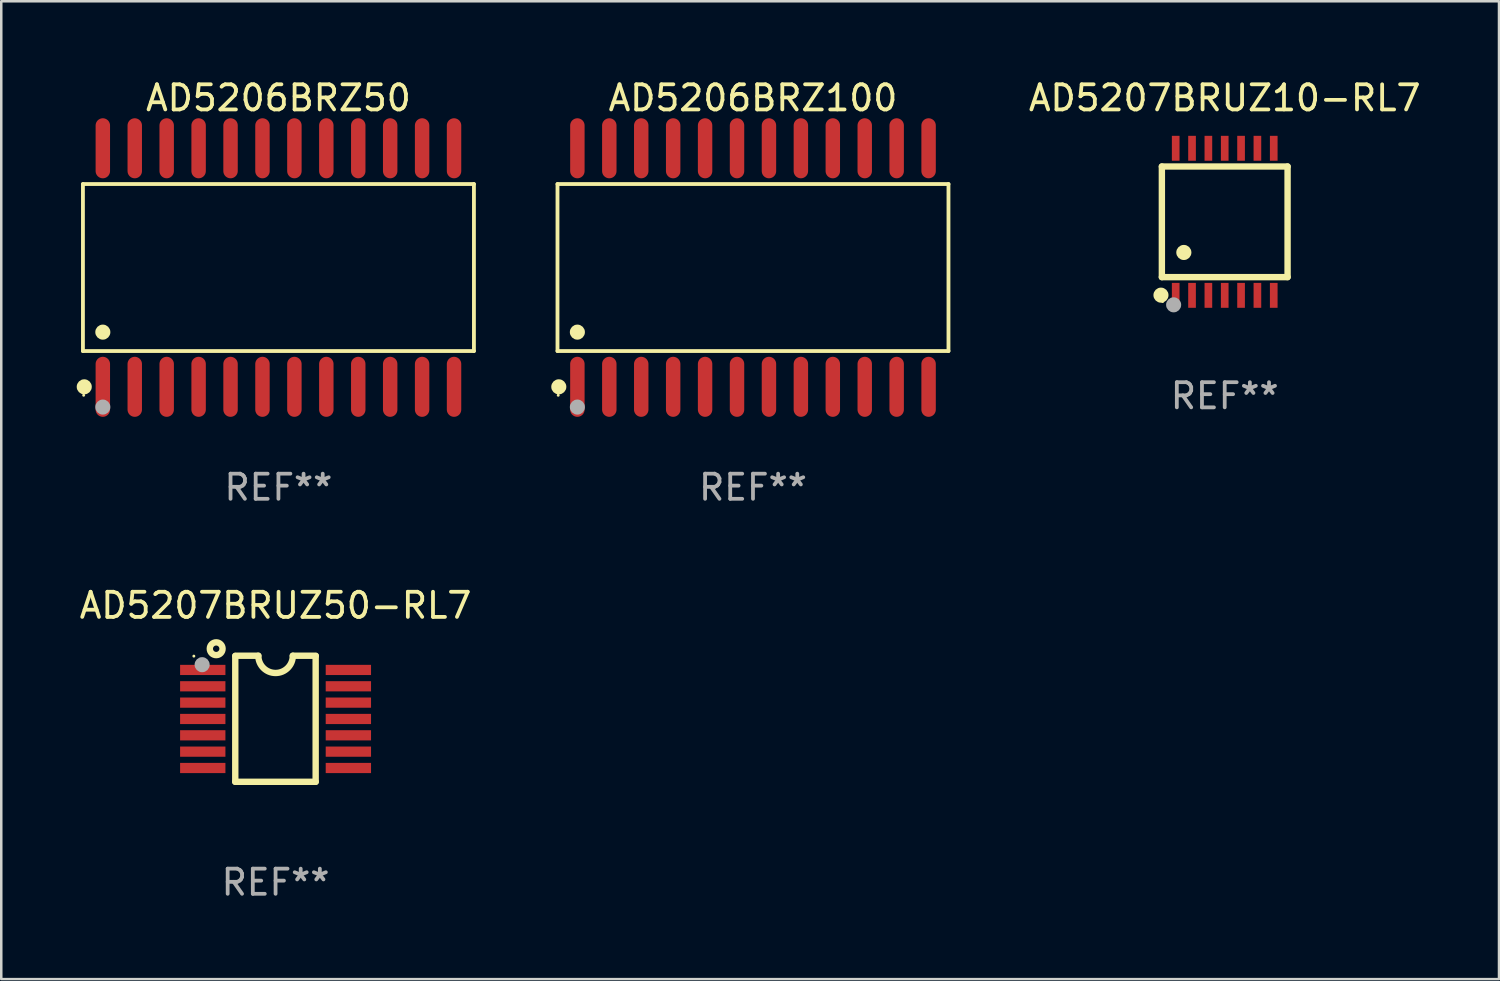
<source format=kicad_pcb>
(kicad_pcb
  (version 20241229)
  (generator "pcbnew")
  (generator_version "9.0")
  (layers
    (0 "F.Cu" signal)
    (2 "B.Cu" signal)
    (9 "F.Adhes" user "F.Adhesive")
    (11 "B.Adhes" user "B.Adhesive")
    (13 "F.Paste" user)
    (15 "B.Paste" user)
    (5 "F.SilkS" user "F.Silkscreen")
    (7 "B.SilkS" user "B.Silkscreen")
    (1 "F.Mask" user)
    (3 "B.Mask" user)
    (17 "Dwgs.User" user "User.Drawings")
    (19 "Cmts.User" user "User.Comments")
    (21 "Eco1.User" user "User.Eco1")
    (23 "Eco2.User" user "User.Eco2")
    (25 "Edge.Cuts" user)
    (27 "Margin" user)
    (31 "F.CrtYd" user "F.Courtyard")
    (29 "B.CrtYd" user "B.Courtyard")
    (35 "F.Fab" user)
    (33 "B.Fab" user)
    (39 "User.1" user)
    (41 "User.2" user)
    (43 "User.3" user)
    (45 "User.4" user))
  (footprint "AD5206BRZ100"
    (layer "F.Cu")
    (at 26.901 7.592)
    (property "Reference" "AD5206BRZ100" (at 0 -6.744 0) (layer "F.SilkS") (effects (font (size 1 1) (thickness 0.15))))
    (attr through_hole)
    (fp_line (start -7.776 -3.321) (end 7.776 -3.321) (stroke (width 0.152) (type solid)) (layer "F.SilkS"))
    (fp_line (start -7.776 3.321) (end -7.776 -3.321) (stroke (width 0.152) (type solid)) (layer "F.SilkS"))
    (fp_line (start 7.776 -3.321) (end 7.776 3.321) (stroke (width 0.152) (type solid)) (layer "F.SilkS"))
    (fp_line (start 7.776 3.321) (end -7.776 3.321) (stroke (width 0.152) (type solid)) (layer "F.SilkS"))
    (fp_circle (center -7.747 5.08) (end -7.717 5.08) (stroke (width 0.06) (type solid)) (fill no) (layer "F.SilkS"))
    (fp_circle (center -7.724 4.744) (end -7.574 4.744) (stroke (width 0.3) (type solid)) (fill no) (layer "F.SilkS"))
    (fp_circle (center -6.985 2.569) (end -6.835 2.569) (stroke (width 0.3) (type solid)) (fill no) (layer "F.SilkS"))
    (fp_circle (center -6.985 5.55) (end -6.835 5.55) (stroke (width 0.3) (type solid)) (fill no) (layer "F.Fab"))
    (fp_text user "REF**" (at 0 8.744 0) (layer "F.Fab") (effects (font (size 1 1) (thickness 0.15))))
    (pad "1" smd oval (at -6.985 4.744) (size 0.574 2.388) (layers "F.Cu" "F.Mask" "F.Paste"))
    (pad "2" smd oval (at -5.715 4.744) (size 0.574 2.388) (layers "F.Cu" "F.Mask" "F.Paste"))
    (pad "3" smd oval (at -4.445 4.744) (size 0.574 2.388) (layers "F.Cu" "F.Mask" "F.Paste"))
    (pad "4" smd oval (at -3.175 4.744) (size 0.574 2.388) (layers "F.Cu" "F.Mask" "F.Paste"))
    (pad "5" smd oval (at -1.905 4.744) (size 0.574 2.388) (layers "F.Cu" "F.Mask" "F.Paste"))
    (pad "6" smd oval (at -0.635 4.744) (size 0.574 2.388) (layers "F.Cu" "F.Mask" "F.Paste"))
    (pad "7" smd oval (at 0.635 4.744) (size 0.574 2.388) (layers "F.Cu" "F.Mask" "F.Paste"))
    (pad "8" smd oval (at 1.905 4.744) (size 0.574 2.388) (layers "F.Cu" "F.Mask" "F.Paste"))
    (pad "9" smd oval (at 3.175 4.744) (size 0.574 2.388) (layers "F.Cu" "F.Mask" "F.Paste"))
    (pad "10" smd oval (at 4.445 4.744) (size 0.574 2.388) (layers "F.Cu" "F.Mask" "F.Paste"))
    (pad "11" smd oval (at 5.715 4.744) (size 0.574 2.388) (layers "F.Cu" "F.Mask" "F.Paste"))
    (pad "12" smd oval (at 6.985 4.744) (size 0.574 2.388) (layers "F.Cu" "F.Mask" "F.Paste"))
    (pad "13" smd oval (at 6.985 -4.744) (size 0.574 2.388) (layers "F.Cu" "F.Mask" "F.Paste"))
    (pad "14" smd oval (at 5.715 -4.744) (size 0.574 2.388) (layers "F.Cu" "F.Mask" "F.Paste"))
    (pad "15" smd oval (at 4.445 -4.744) (size 0.574 2.388) (layers "F.Cu" "F.Mask" "F.Paste"))
    (pad "16" smd oval (at 3.175 -4.744) (size 0.574 2.388) (layers "F.Cu" "F.Mask" "F.Paste"))
    (pad "17" smd oval (at 1.905 -4.744) (size 0.574 2.388) (layers "F.Cu" "F.Mask" "F.Paste"))
    (pad "18" smd oval (at 0.635 -4.744) (size 0.574 2.388) (layers "F.Cu" "F.Mask" "F.Paste"))
    (pad "19" smd oval (at -0.635 -4.744) (size 0.574 2.388) (layers "F.Cu" "F.Mask" "F.Paste"))
    (pad "20" smd oval (at -1.905 -4.744) (size 0.574 2.388) (layers "F.Cu" "F.Mask" "F.Paste"))
    (pad "21" smd oval (at -3.175 -4.744) (size 0.574 2.388) (layers "F.Cu" "F.Mask" "F.Paste"))
    (pad "22" smd oval (at -4.445 -4.744) (size 0.574 2.388) (layers "F.Cu" "F.Mask" "F.Paste"))
    (pad "23" smd oval (at -5.715 -4.744) (size 0.574 2.388) (layers "F.Cu" "F.Mask" "F.Paste"))
    (pad "24" smd oval (at -6.985 -4.744) (size 0.574 2.388) (layers "F.Cu" "F.Mask" "F.Paste")))
  (footprint "AD5207BRUZ10-RL7"
    (layer "F.Cu")
    (at 45.665 5.773)
    (property "Reference" "AD5207BRUZ10-RL7" (at 0 -4.925 0) (layer "F.SilkS") (effects (font (size 1 1) (thickness 0.15))))
    (attr through_hole)
    (fp_line (start -2.5 2.2) (end -2.5 -2.2) (stroke (width 0.254) (type solid)) (layer "F.SilkS"))
    (fp_line (start -2.5 2.2) (end 2.5 2.2) (stroke (width 0.254) (type solid)) (layer "F.SilkS"))
    (fp_line (start 2.5 -2.2) (end -2.5 -2.2) (stroke (width 0.254) (type solid)) (layer "F.SilkS"))
    (fp_line (start 2.5 -2.2) (end 2.5 2.2) (stroke (width 0.254) (type solid)) (layer "F.SilkS"))
    (fp_circle (center -2.536 2.917) (end -2.386 2.917) (stroke (width 0.3) (type solid)) (fill no) (layer "F.SilkS"))
    (fp_circle (center -2.47 3.17) (end -2.44 3.17) (stroke (width 0.06) (type solid)) (fill no) (layer "F.SilkS"))
    (fp_circle (center -1.626 1.219) (end -1.475 1.219) (stroke (width 0.3) (type solid)) (fill no) (layer "F.SilkS"))
    (fp_circle (center -2.032 3.302) (end -1.882 3.302) (stroke (width 0.3) (type solid)) (fill no) (layer "F.Fab"))
    (fp_text user "REF**" (at 0 6.925 0) (layer "F.Fab") (effects (font (size 1 1) (thickness 0.15))))
    (pad "1" smd rect (at -1.95 2.925) (size 0.305 0.991) (layers "F.Cu" "F.Mask" "F.Paste"))
    (pad "2" smd rect (at -1.3 2.925) (size 0.305 0.991) (layers "F.Cu" "F.Mask" "F.Paste"))
    (pad "3" smd rect (at -0.65 2.925) (size 0.305 0.991) (layers "F.Cu" "F.Mask" "F.Paste"))
    (pad "4" smd rect (at 0 2.925) (size 0.305 0.991) (layers "F.Cu" "F.Mask" "F.Paste"))
    (pad "5" smd rect (at 0.65 2.925) (size 0.305 0.991) (layers "F.Cu" "F.Mask" "F.Paste"))
    (pad "6" smd rect (at 1.3 2.925) (size 0.305 0.991) (layers "F.Cu" "F.Mask" "F.Paste"))
    (pad "7" smd rect (at 1.95 2.925) (size 0.305 0.991) (layers "F.Cu" "F.Mask" "F.Paste"))
    (pad "8" smd rect (at 1.95 -2.925) (size 0.305 0.991) (layers "F.Cu" "F.Mask" "F.Paste"))
    (pad "9" smd rect (at 1.3 -2.925) (size 0.305 0.991) (layers "F.Cu" "F.Mask" "F.Paste"))
    (pad "10" smd rect (at 0.65 -2.925) (size 0.305 0.991) (layers "F.Cu" "F.Mask" "F.Paste"))
    (pad "11" smd rect (at 0 -2.925) (size 0.305 0.991) (layers "F.Cu" "F.Mask" "F.Paste"))
    (pad "12" smd rect (at -0.65 -2.925) (size 0.305 0.991) (layers "F.Cu" "F.Mask" "F.Paste"))
    (pad "13" smd rect (at -1.3 -2.925) (size 0.305 0.991) (layers "F.Cu" "F.Mask" "F.Paste"))
    (pad "14" smd rect (at -1.95 -2.925) (size 0.305 0.991) (layers "F.Cu" "F.Mask" "F.Paste")))
  (footprint "AD5206BRZ50"
    (layer "F.Cu")
    (at 8.025 7.592)
    (property "Reference" "AD5206BRZ50" (at 0 -6.744 0) (layer "F.SilkS") (effects (font (size 1 1) (thickness 0.15))))
    (attr through_hole)
    (fp_line (start -7.776 -3.321) (end 7.776 -3.321) (stroke (width 0.152) (type solid)) (layer "F.SilkS"))
    (fp_line (start -7.776 3.321) (end -7.776 -3.321) (stroke (width 0.152) (type solid)) (layer "F.SilkS"))
    (fp_line (start 7.776 -3.321) (end 7.776 3.321) (stroke (width 0.152) (type solid)) (layer "F.SilkS"))
    (fp_line (start 7.776 3.321) (end -7.776 3.321) (stroke (width 0.152) (type solid)) (layer "F.SilkS"))
    (fp_circle (center -7.747 5.08) (end -7.717 5.08) (stroke (width 0.06) (type solid)) (fill no) (layer "F.SilkS"))
    (fp_circle (center -7.724 4.744) (end -7.574 4.744) (stroke (width 0.3) (type solid)) (fill no) (layer "F.SilkS"))
    (fp_circle (center -6.985 2.569) (end -6.835 2.569) (stroke (width 0.3) (type solid)) (fill no) (layer "F.SilkS"))
    (fp_circle (center -6.985 5.55) (end -6.835 5.55) (stroke (width 0.3) (type solid)) (fill no) (layer "F.Fab"))
    (fp_text user "REF**" (at 0 8.744 0) (layer "F.Fab") (effects (font (size 1 1) (thickness 0.15))))
    (pad "1" smd oval (at -6.985 4.744) (size 0.574 2.388) (layers "F.Cu" "F.Mask" "F.Paste"))
    (pad "2" smd oval (at -5.715 4.744) (size 0.574 2.388) (layers "F.Cu" "F.Mask" "F.Paste"))
    (pad "3" smd oval (at -4.445 4.744) (size 0.574 2.388) (layers "F.Cu" "F.Mask" "F.Paste"))
    (pad "4" smd oval (at -3.175 4.744) (size 0.574 2.388) (layers "F.Cu" "F.Mask" "F.Paste"))
    (pad "5" smd oval (at -1.905 4.744) (size 0.574 2.388) (layers "F.Cu" "F.Mask" "F.Paste"))
    (pad "6" smd oval (at -0.635 4.744) (size 0.574 2.388) (layers "F.Cu" "F.Mask" "F.Paste"))
    (pad "7" smd oval (at 0.635 4.744) (size 0.574 2.388) (layers "F.Cu" "F.Mask" "F.Paste"))
    (pad "8" smd oval (at 1.905 4.744) (size 0.574 2.388) (layers "F.Cu" "F.Mask" "F.Paste"))
    (pad "9" smd oval (at 3.175 4.744) (size 0.574 2.388) (layers "F.Cu" "F.Mask" "F.Paste"))
    (pad "10" smd oval (at 4.445 4.744) (size 0.574 2.388) (layers "F.Cu" "F.Mask" "F.Paste"))
    (pad "11" smd oval (at 5.715 4.744) (size 0.574 2.388) (layers "F.Cu" "F.Mask" "F.Paste"))
    (pad "12" smd oval (at 6.985 4.744) (size 0.574 2.388) (layers "F.Cu" "F.Mask" "F.Paste"))
    (pad "13" smd oval (at 6.985 -4.744) (size 0.574 2.388) (layers "F.Cu" "F.Mask" "F.Paste"))
    (pad "14" smd oval (at 5.715 -4.744) (size 0.574 2.388) (layers "F.Cu" "F.Mask" "F.Paste"))
    (pad "15" smd oval (at 4.445 -4.744) (size 0.574 2.388) (layers "F.Cu" "F.Mask" "F.Paste"))
    (pad "16" smd oval (at 3.175 -4.744) (size 0.574 2.388) (layers "F.Cu" "F.Mask" "F.Paste"))
    (pad "17" smd oval (at 1.905 -4.744) (size 0.574 2.388) (layers "F.Cu" "F.Mask" "F.Paste"))
    (pad "18" smd oval (at 0.635 -4.744) (size 0.574 2.388) (layers "F.Cu" "F.Mask" "F.Paste"))
    (pad "19" smd oval (at -0.635 -4.744) (size 0.574 2.388) (layers "F.Cu" "F.Mask" "F.Paste"))
    (pad "20" smd oval (at -1.905 -4.744) (size 0.574 2.388) (layers "F.Cu" "F.Mask" "F.Paste"))
    (pad "21" smd oval (at -3.175 -4.744) (size 0.574 2.388) (layers "F.Cu" "F.Mask" "F.Paste"))
    (pad "22" smd oval (at -4.445 -4.744) (size 0.574 2.388) (layers "F.Cu" "F.Mask" "F.Paste"))
    (pad "23" smd oval (at -5.715 -4.744) (size 0.574 2.388) (layers "F.Cu" "F.Mask" "F.Paste"))
    (pad "24" smd oval (at -6.985 -4.744) (size 0.574 2.388) (layers "F.Cu" "F.Mask" "F.Paste")))
  (footprint "AD5207BRUZ50-RL7"
    (layer "F.Cu")
    (at 7.911 25.54)
    (property "Reference" "AD5207BRUZ50-RL7" (at 0 -4.507 0) (layer "F.SilkS") (effects (font (size 1 1) (thickness 0.15))))
    (attr through_hole)
    (fp_line (start -1.603 2.507) (end -1.603 -2.494) (stroke (width 0.254) (type solid)) (layer "F.SilkS"))
    (fp_line (start -1.603 2.507) (end 1.595 2.507) (stroke (width 0.254) (type solid)) (layer "F.SilkS"))
    (fp_line (start -1.6 -2.507) (end -0.686 -2.507) (stroke (width 0.254) (type solid)) (layer "F.SilkS"))
    (fp_line (start 0.686 -2.507) (end 1.6 -2.507) (stroke (width 0.254) (type solid)) (layer "F.SilkS"))
    (fp_line (start 1.595 2.507) (end 1.595 -2.494) (stroke (width 0.254) (type solid)) (layer "F.SilkS"))
    (fp_arc (start 0.685852 -2.506998) (mid 0.000051 -1.821197) (end -0.68575 -2.506998) (stroke (width 0.254001) (type solid)) (layer "F.SilkS"))
    (fp_circle (center -3.25 -2.492) (end -3.22 -2.492) (stroke (width 0.06) (type solid)) (fill no) (layer "F.SilkS"))
    (fp_circle (center -2.362 -2.786) (end -2.108 -2.786) (stroke (width 0.254) (type solid)) (fill no) (layer "F.SilkS"))
    (fp_circle (center -2.921 -2.151) (end -2.771 -2.151) (stroke (width 0.3) (type solid)) (fill no) (layer "F.Fab"))
    (fp_text user "REF**" (at 0 6.507 0) (layer "F.Fab") (effects (font (size 1 1) (thickness 0.15))))
    (pad "1" smd rect (at -2.896 -1.942) (size 1.803 0.406) (layers "F.Cu" "F.Mask" "F.Paste"))
    (pad "2" smd rect (at -2.896 -1.292) (size 1.803 0.406) (layers "F.Cu" "F.Mask" "F.Paste"))
    (pad "3" smd rect (at -2.896 -0.642) (size 1.803 0.406) (layers "F.Cu" "F.Mask" "F.Paste"))
    (pad "4" smd rect (at -2.896 0.008) (size 1.803 0.406) (layers "F.Cu" "F.Mask" "F.Paste"))
    (pad "5" smd rect (at -2.896 0.658) (size 1.803 0.406) (layers "F.Cu" "F.Mask" "F.Paste"))
    (pad "6" smd rect (at -2.896 1.308) (size 1.803 0.406) (layers "F.Cu" "F.Mask" "F.Paste"))
    (pad "7" smd rect (at -2.896 1.958) (size 1.803 0.406) (layers "F.Cu" "F.Mask" "F.Paste"))
    (pad "8" smd rect (at 2.896 1.958) (size 1.803 0.406) (layers "F.Cu" "F.Mask" "F.Paste"))
    (pad "9" smd rect (at 2.896 1.308) (size 1.803 0.406) (layers "F.Cu" "F.Mask" "F.Paste"))
    (pad "10" smd rect (at 2.896 0.658) (size 1.803 0.406) (layers "F.Cu" "F.Mask" "F.Paste"))
    (pad "11" smd rect (at 2.896 0.008) (size 1.803 0.406) (layers "F.Cu" "F.Mask" "F.Paste"))
    (pad "12" smd rect (at 2.896 -0.642) (size 1.803 0.406) (layers "F.Cu" "F.Mask" "F.Paste"))
    (pad "13" smd rect (at 2.896 -1.292) (size 1.803 0.406) (layers "F.Cu" "F.Mask" "F.Paste"))
    (pad "14" smd rect (at 2.896 -1.942) (size 1.803 0.406) (layers "F.Cu" "F.Mask" "F.Paste")))
  (gr_rect
    (start -3 -3)
    (end 56.575 35.895)
    (stroke (width 0.1) (type default))
    (fill no)
    (layer "Edge.Cuts")))
</source>
